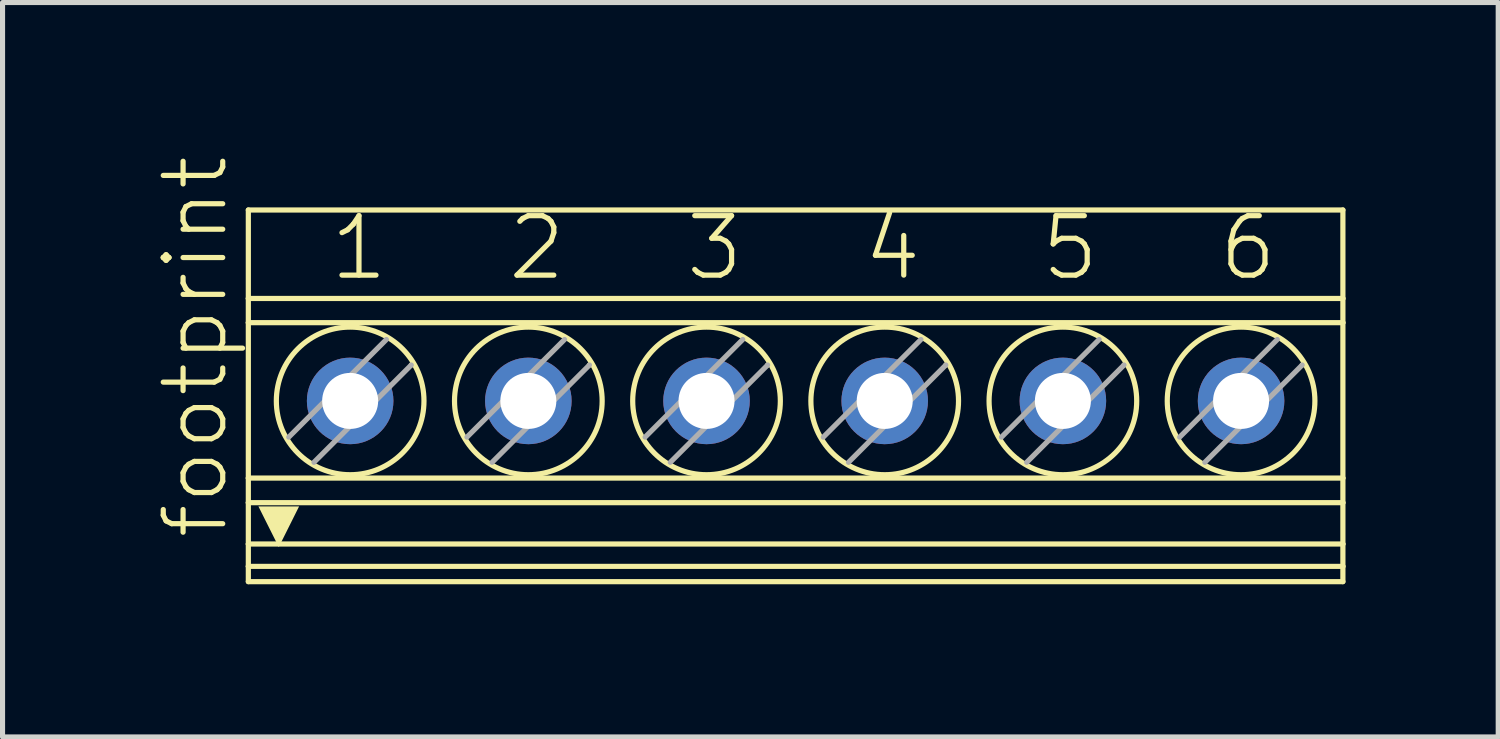
<source format=kicad_pcb>
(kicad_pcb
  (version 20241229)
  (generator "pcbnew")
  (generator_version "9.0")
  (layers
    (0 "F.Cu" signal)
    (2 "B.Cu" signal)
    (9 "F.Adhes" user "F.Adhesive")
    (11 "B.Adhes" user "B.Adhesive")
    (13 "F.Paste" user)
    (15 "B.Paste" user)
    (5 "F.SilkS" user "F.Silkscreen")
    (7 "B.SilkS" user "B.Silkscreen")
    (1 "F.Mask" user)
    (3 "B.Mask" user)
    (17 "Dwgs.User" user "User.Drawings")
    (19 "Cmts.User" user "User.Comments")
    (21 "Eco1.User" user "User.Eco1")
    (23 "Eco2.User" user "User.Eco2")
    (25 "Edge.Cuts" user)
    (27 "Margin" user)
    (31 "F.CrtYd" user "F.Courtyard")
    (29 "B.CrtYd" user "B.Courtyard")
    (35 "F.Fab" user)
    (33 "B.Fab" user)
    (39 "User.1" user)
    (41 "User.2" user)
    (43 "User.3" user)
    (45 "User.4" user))
  (footprint "footprint"
    (layer "F.Cu")
    (at 12.578 4.725)
    (property "Reference" "footprint" (at -11.105 2.857 90) (layer "F.SilkS") (effects (font (size 1.168 1.168) (thickness 0.102)) (justify left bottom)))
    (fp_line (start -10.75 -3.65) (end -10.75 -1.912) (stroke (width 0.102) (type solid)) (layer "F.SilkS"))
    (fp_line (start -10.75 -3.65) (end 10.75 -3.65) (stroke (width 0.102) (type solid)) (layer "F.SilkS"))
    (fp_line (start -10.75 -1.912) (end -10.75 -1.437) (stroke (width 0.102) (type solid)) (layer "F.SilkS"))
    (fp_line (start -10.75 -1.912) (end 10.75 -1.912) (stroke (width 0.102) (type solid)) (layer "F.SilkS"))
    (fp_line (start -10.75 1.616) (end -10.75 -1.437) (stroke (width 0.102) (type solid)) (layer "F.SilkS"))
    (fp_line (start -10.75 1.616) (end -10.75 2.099) (stroke (width 0.102) (type solid)) (layer "F.SilkS"))
    (fp_line (start -10.75 1.616) (end 10.75 1.616) (stroke (width 0.102) (type solid)) (layer "F.SilkS"))
    (fp_line (start -10.75 2.099) (end -10.75 2.911) (stroke (width 0.102) (type solid)) (layer "F.SilkS"))
    (fp_line (start -10.75 2.911) (end -10.75 3.35) (stroke (width 0.102) (type solid)) (layer "F.SilkS"))
    (fp_line (start -10.75 3.35) (end -10.75 3.65) (stroke (width 0.102) (type solid)) (layer "F.SilkS"))
    (fp_line (start -10.75 3.35) (end 10.75 3.35) (stroke (width 0.102) (type solid)) (layer "F.SilkS"))
    (fp_line (start -10.75 3.65) (end 10.75 3.65) (stroke (width 0.102) (type solid)) (layer "F.SilkS"))
    (fp_line (start -7.544 -0.611) (end -7.55 -0.605) (stroke (width 0.102) (type solid)) (layer "F.SilkS"))
    (fp_line (start -4.044 -0.611) (end -4.05 -0.605) (stroke (width 0.102) (type solid)) (layer "F.SilkS"))
    (fp_line (start -0.544 -0.611) (end -0.55 -0.605) (stroke (width 0.102) (type solid)) (layer "F.SilkS"))
    (fp_line (start 2.956 -0.611) (end 2.95 -0.605) (stroke (width 0.102) (type solid)) (layer "F.SilkS"))
    (fp_line (start 6.456 -0.611) (end 6.45 -0.605) (stroke (width 0.102) (type solid)) (layer "F.SilkS"))
    (fp_line (start 9.956 -0.611) (end 9.95 -0.605) (stroke (width 0.102) (type solid)) (layer "F.SilkS"))
    (fp_line (start 10.75 -3.65) (end 10.75 -1.912) (stroke (width 0.102) (type solid)) (layer "F.SilkS"))
    (fp_line (start 10.75 -1.437) (end -10.75 -1.437) (stroke (width 0.102) (type solid)) (layer "F.SilkS"))
    (fp_line (start 10.75 -1.437) (end 10.75 -1.912) (stroke (width 0.102) (type solid)) (layer "F.SilkS"))
    (fp_line (start 10.75 1.616) (end 10.75 -1.437) (stroke (width 0.102) (type solid)) (layer "F.SilkS"))
    (fp_line (start 10.75 1.616) (end 10.75 2.099) (stroke (width 0.102) (type solid)) (layer "F.SilkS"))
    (fp_line (start 10.75 2.099) (end -10.75 2.099) (stroke (width 0.102) (type solid)) (layer "F.SilkS"))
    (fp_line (start 10.75 2.099) (end 10.75 2.911) (stroke (width 0.102) (type solid)) (layer "F.SilkS"))
    (fp_line (start 10.75 2.911) (end -10.75 2.911) (stroke (width 0.102) (type solid)) (layer "F.SilkS"))
    (fp_line (start 10.75 2.911) (end 10.75 3.35) (stroke (width 0.102) (type solid)) (layer "F.SilkS"))
    (fp_line (start 10.75 3.35) (end 10.75 3.65) (stroke (width 0.102) (type solid)) (layer "F.SilkS"))
    (fp_circle (center -8.75 0.1) (end -7.3 0.1) (stroke (width 0.102) (type solid)) (fill no) (layer "F.SilkS"))
    (fp_circle (center -5.25 0.1) (end -3.8 0.1) (stroke (width 0.102) (type solid)) (fill no) (layer "F.SilkS"))
    (fp_circle (center -1.75 0.1) (end -0.3 0.1) (stroke (width 0.102) (type solid)) (fill no) (layer "F.SilkS"))
    (fp_circle (center 1.75 0.1) (end 3.2 0.1) (stroke (width 0.102) (type solid)) (fill no) (layer "F.SilkS"))
    (fp_circle (center 5.25 0.1) (end 6.7 0.1) (stroke (width 0.102) (type solid)) (fill no) (layer "F.SilkS"))
    (fp_circle (center 8.75 0.1) (end 10.2 0.1) (stroke (width 0.102) (type solid)) (fill no) (layer "F.SilkS"))
    (fp_poly (pts (xy -10.152 2.971) (xy -10.552 2.172) (xy -9.753 2.172)) (stroke (width 0) (type solid)) (fill yes) (layer "F.SilkS"))
    (fp_line (start -9.956 0.811) (end -8.039 -1.106) (stroke (width 0.102) (type solid)) (layer "F.Fab"))
    (fp_line (start -7.55 -0.605) (end -9.461 1.306) (stroke (width 0.102) (type solid)) (layer "F.Fab"))
    (fp_line (start -6.456 0.811) (end -4.539 -1.106) (stroke (width 0.102) (type solid)) (layer "F.Fab"))
    (fp_line (start -4.05 -0.605) (end -5.961 1.306) (stroke (width 0.102) (type solid)) (layer "F.Fab"))
    (fp_line (start -2.956 0.811) (end -1.039 -1.106) (stroke (width 0.102) (type solid)) (layer "F.Fab"))
    (fp_line (start -0.55 -0.605) (end -2.461 1.306) (stroke (width 0.102) (type solid)) (layer "F.Fab"))
    (fp_line (start 0.544 0.811) (end 2.461 -1.106) (stroke (width 0.102) (type solid)) (layer "F.Fab"))
    (fp_line (start 2.95 -0.605) (end 1.039 1.306) (stroke (width 0.102) (type solid)) (layer "F.Fab"))
    (fp_line (start 4.044 0.811) (end 5.961 -1.106) (stroke (width 0.102) (type solid)) (layer "F.Fab"))
    (fp_line (start 6.45 -0.605) (end 4.539 1.306) (stroke (width 0.102) (type solid)) (layer "F.Fab"))
    (fp_line (start 7.544 0.811) (end 9.461 -1.106) (stroke (width 0.102) (type solid)) (layer "F.Fab"))
    (fp_line (start 9.95 -0.605) (end 8.039 1.306) (stroke (width 0.102) (type solid)) (layer "F.Fab"))
    (fp_text user "2" (at -5.707 -2.223 0) (layer "F.SilkS") (effects (font (size 1.168 1.168) (thickness 0.102)) (justify left bottom)))
    (fp_text user "1" (at -9.2 -2.223 0) (layer "F.SilkS") (effects (font (size 1.168 1.168) (thickness 0.102)) (justify left bottom)))
    (fp_text user "4" (at 1.278 -2.223 0) (layer "F.SilkS") (effects (font (size 1.168 1.168) (thickness 0.102)) (justify left bottom)))
    (fp_text user "3" (at -2.215 -2.223 0) (layer "F.SilkS") (effects (font (size 1.168 1.168) (thickness 0.102)) (justify left bottom)))
    (fp_text user "6" (at 8.262 -2.223 0) (layer "F.SilkS") (effects (font (size 1.168 1.168) (thickness 0.102)) (justify left bottom)))
    (fp_text user "5" (at 4.77 -2.223 0) (layer "F.SilkS") (effects (font (size 1.168 1.168) (thickness 0.102)) (justify left bottom)))
    (pad "1" thru_hole circle (at -8.75 0.1 90) (size 1.7 1.7) (drill 1.1) (layers "*.Cu" "*.Mask"))
    (pad "2" thru_hole circle (at -5.25 0.1 90) (size 1.7 1.7) (drill 1.1) (layers "*.Cu" "*.Mask"))
    (pad "3" thru_hole circle (at -1.75 0.1 90) (size 1.7 1.7) (drill 1.1) (layers "*.Cu" "*.Mask"))
    (pad "4" thru_hole circle (at 1.75 0.1 90) (size 1.7 1.7) (drill 1.1) (layers "*.Cu" "*.Mask"))
    (pad "5" thru_hole circle (at 5.25 0.1 90) (size 1.7 1.7) (drill 1.1) (layers "*.Cu" "*.Mask"))
    (pad "6" thru_hole circle (at 8.75 0.1 90) (size 1.7 1.7) (drill 1.1) (layers "*.Cu" "*.Mask")))
  (gr_rect
    (start -3 -3)
    (end 26.379 11.426)
    (stroke (width 0.1) (type default))
    (fill no)
    (layer "Edge.Cuts")))
</source>
